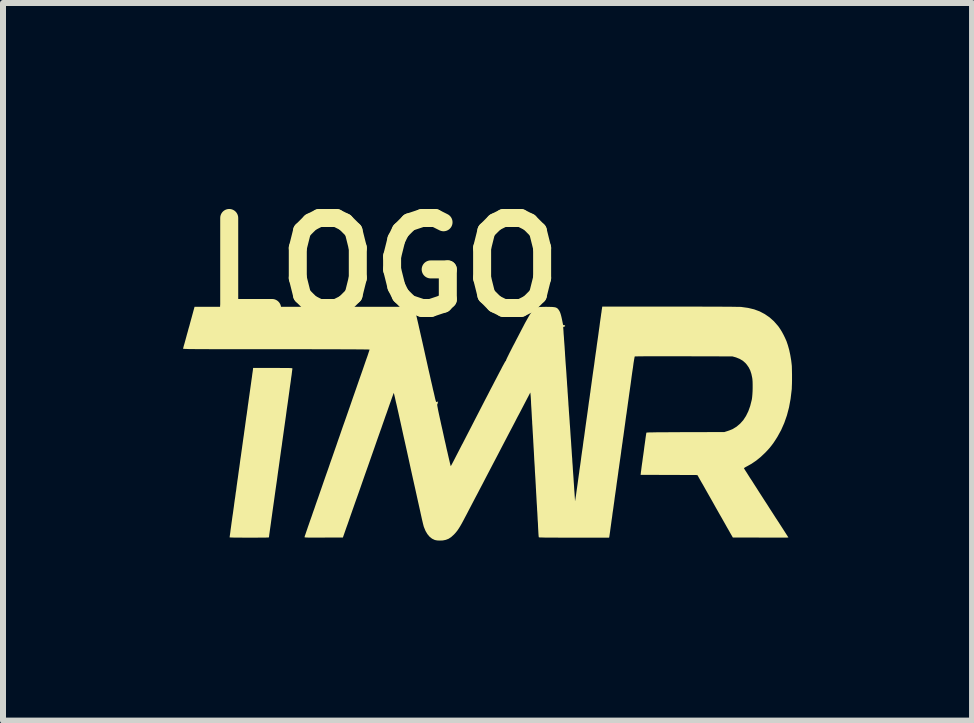
<source format=kicad_pcb>
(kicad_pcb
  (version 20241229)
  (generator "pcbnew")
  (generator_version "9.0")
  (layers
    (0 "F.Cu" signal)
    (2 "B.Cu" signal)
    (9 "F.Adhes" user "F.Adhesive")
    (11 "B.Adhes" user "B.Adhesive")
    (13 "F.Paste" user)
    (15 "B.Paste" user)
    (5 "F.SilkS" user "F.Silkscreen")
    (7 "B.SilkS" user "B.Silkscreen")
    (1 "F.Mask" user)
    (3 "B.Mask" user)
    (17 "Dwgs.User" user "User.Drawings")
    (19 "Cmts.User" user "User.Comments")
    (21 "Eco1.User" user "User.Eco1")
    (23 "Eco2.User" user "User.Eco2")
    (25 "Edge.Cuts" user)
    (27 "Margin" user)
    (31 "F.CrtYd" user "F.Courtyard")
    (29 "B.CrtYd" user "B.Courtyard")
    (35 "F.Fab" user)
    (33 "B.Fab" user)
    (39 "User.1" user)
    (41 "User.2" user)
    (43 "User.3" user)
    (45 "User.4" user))
  (footprint "LOGO"
    (layer "F.Cu")
    (at 3.341 1.404)
    (property "Reference" "LOGO" (at 0 0 0) (layer "F.SilkS") (effects (font (size 1.5 1.5) (thickness 0.3))))
    (attr board_only exclude_from_pos_files exclude_from_bom)
    (fp_poly (pts (xy -1.774 1.677) (xy -1.713 1.678) (xy -1.663 1.678) (xy -1.623 1.678) (xy -1.59 1.678) (xy -1.565 1.679) (xy -1.547 1.68) (xy -1.534 1.681) (xy -1.526 1.682) (xy -1.521 1.684) (xy -1.519 1.686) (xy -1.518 1.688) (xy -1.518 1.688) (xy -1.519 1.696) (xy -1.522 1.716) (xy -1.526 1.747) (xy -1.531 1.79) (xy -1.539 1.843) (xy -1.547 1.906) (xy -1.558 1.98) (xy -1.569 2.063) (xy -1.582 2.156) (xy -1.596 2.258) (xy -1.612 2.368) (xy -1.628 2.488) (xy -1.646 2.615) (xy -1.665 2.75) (xy -1.685 2.892) (xy -1.687 2.905) (xy -1.694 2.961) (xy -1.704 3.027) (xy -1.714 3.099) (xy -1.725 3.177) (xy -1.736 3.257) (xy -1.747 3.336) (xy -1.758 3.412) (xy -1.766 3.471) (xy -1.776 3.546) (xy -1.788 3.629) (xy -1.801 3.719) (xy -1.814 3.812) (xy -1.827 3.906) (xy -1.84 3.997) (xy -1.852 4.082) (xy -1.861 4.148) (xy -1.87 4.212) (xy -1.878 4.272) (xy -1.886 4.328) (xy -1.893 4.377) (xy -1.899 4.42) (xy -1.904 4.455) (xy -1.907 4.481) (xy -1.909 4.497) (xy -1.91 4.501) (xy -1.916 4.502) (xy -1.933 4.503) (xy -1.96 4.504) (xy -1.996 4.504) (xy -2.04 4.505) (xy -2.09 4.505) (xy -2.146 4.506) (xy -2.206 4.506) (xy -2.238 4.506) (xy -2.3 4.506) (xy -2.358 4.505) (xy -2.411 4.505) (xy -2.458 4.504) (xy -2.498 4.504) (xy -2.53 4.503) (xy -2.552 4.502) (xy -2.564 4.501) (xy -2.565 4.501) (xy -2.564 4.494) (xy -2.562 4.477) (xy -2.558 4.45) (xy -2.553 4.414) (xy -2.548 4.372) (xy -2.541 4.323) (xy -2.534 4.27) (xy -2.526 4.214) (xy -2.518 4.155) (xy -2.509 4.096) (xy -2.501 4.037) (xy -2.493 3.98) (xy -2.486 3.925) (xy -2.479 3.875) (xy -2.472 3.83) (xy -2.467 3.791) (xy -2.463 3.761) (xy -2.46 3.74) (xy -2.458 3.731) (xy -2.456 3.717) (xy -2.453 3.694) (xy -2.45 3.668) (xy -2.449 3.661) (xy -2.446 3.637) (xy -2.441 3.604) (xy -2.436 3.565) (xy -2.43 3.526) (xy -2.427 3.505) (xy -2.422 3.468) (xy -2.416 3.423) (xy -2.409 3.372) (xy -2.401 3.318) (xy -2.394 3.266) (xy -2.391 3.242) (xy -2.384 3.191) (xy -2.376 3.138) (xy -2.369 3.086) (xy -2.362 3.037) (xy -2.356 2.995) (xy -2.354 2.978) (xy -2.349 2.944) (xy -2.343 2.9) (xy -2.336 2.85) (xy -2.328 2.796) (xy -2.321 2.742) (xy -2.314 2.694) (xy -2.307 2.643) (xy -2.3 2.592) (xy -2.293 2.542) (xy -2.287 2.497) (xy -2.281 2.459) (xy -2.277 2.431) (xy -2.277 2.43) (xy -2.273 2.4) (xy -2.267 2.36) (xy -2.261 2.311) (xy -2.253 2.257) (xy -2.245 2.197) (xy -2.236 2.134) (xy -2.227 2.07) (xy -2.218 2.006) (xy -2.209 1.943) (xy -2.201 1.884) (xy -2.193 1.83) (xy -2.187 1.782) (xy -2.181 1.742) (xy -2.177 1.713) (xy -2.176 1.703) (xy -2.173 1.677) (xy -1.845 1.677)) (stroke (width 0) (type solid)) (fill yes) (layer "F.SilkS"))
    (fp_poly (pts (xy 4.772 0.655) (xy 4.934 0.655) (xy 5.085 0.655) (xy 5.224 0.655) (xy 5.352 0.656) (xy 5.467 0.656) (xy 5.571 0.656) (xy 5.664 0.657) (xy 5.744 0.657) (xy 5.812 0.658) (xy 5.869 0.659) (xy 5.913 0.66) (xy 5.945 0.66) (xy 5.965 0.661) (xy 5.969 0.662) (xy 6.076 0.677) (xy 6.176 0.701) (xy 6.268 0.735) (xy 6.353 0.78) (xy 6.432 0.834) (xy 6.504 0.898) (xy 6.57 0.973) (xy 6.585 0.992) (xy 6.61 1.029) (xy 6.638 1.074) (xy 6.665 1.124) (xy 6.69 1.175) (xy 6.711 1.222) (xy 6.715 1.231) (xy 6.738 1.299) (xy 6.76 1.377) (xy 6.778 1.461) (xy 6.793 1.549) (xy 6.801 1.616) (xy 6.804 1.646) (xy 6.805 1.686) (xy 6.806 1.732) (xy 6.807 1.784) (xy 6.807 1.838) (xy 6.807 1.892) (xy 6.806 1.943) (xy 6.804 1.989) (xy 6.803 2.028) (xy 6.801 2.045) (xy 6.783 2.194) (xy 6.757 2.335) (xy 6.722 2.468) (xy 6.678 2.594) (xy 6.626 2.712) (xy 6.564 2.825) (xy 6.529 2.88) (xy 6.496 2.93) (xy 6.465 2.971) (xy 6.434 3.01) (xy 6.4 3.048) (xy 6.361 3.089) (xy 6.36 3.09) (xy 6.285 3.161) (xy 6.211 3.221) (xy 6.133 3.274) (xy 6.06 3.315) (xy 6.037 3.327) (xy 6.019 3.338) (xy 6.008 3.346) (xy 6.006 3.348) (xy 6.009 3.354) (xy 6.018 3.369) (xy 6.033 3.393) (xy 6.054 3.425) (xy 6.079 3.465) (xy 6.108 3.511) (xy 6.142 3.562) (xy 6.178 3.619) (xy 6.218 3.681) (xy 6.259 3.746) (xy 6.303 3.814) (xy 6.348 3.884) (xy 6.395 3.956) (xy 6.441 4.029) (xy 6.488 4.101) (xy 6.534 4.173) (xy 6.58 4.243) (xy 6.624 4.311) (xy 6.666 4.376) (xy 6.705 4.437) (xy 6.721 4.462) (xy 6.734 4.482) (xy 6.743 4.496) (xy 6.746 4.503) (xy 6.746 4.503) (xy 6.74 4.503) (xy 6.723 4.504) (xy 6.696 4.504) (xy 6.659 4.504) (xy 6.613 4.505) (xy 6.56 4.505) (xy 6.5 4.505) (xy 6.435 4.505) (xy 6.365 4.505) (xy 6.291 4.504) (xy 6.283 4.504) (xy 5.821 4.503) (xy 5.773 4.42) (xy 5.762 4.4) (xy 5.745 4.37) (xy 5.723 4.332) (xy 5.698 4.287) (xy 5.669 4.236) (xy 5.638 4.181) (xy 5.604 4.122) (xy 5.57 4.062) (xy 5.537 4.004) (xy 5.502 3.941) (xy 5.467 3.879) (xy 5.433 3.819) (xy 5.4 3.761) (xy 5.37 3.708) (xy 5.343 3.66) (xy 5.32 3.619) (xy 5.301 3.587) (xy 5.289 3.566) (xy 5.23 3.462) (xy 4.757 3.46) (xy 4.284 3.459) (xy 4.288 3.427) (xy 4.289 3.412) (xy 4.293 3.387) (xy 4.297 3.354) (xy 4.302 3.315) (xy 4.308 3.272) (xy 4.313 3.239) (xy 4.32 3.184) (xy 4.329 3.122) (xy 4.338 3.058) (xy 4.346 2.994) (xy 4.354 2.937) (xy 4.356 2.923) (xy 4.362 2.88) (xy 4.367 2.841) (xy 4.372 2.807) (xy 4.376 2.781) (xy 4.379 2.763) (xy 4.38 2.757) (xy 4.383 2.755) (xy 4.392 2.754) (xy 4.406 2.753) (xy 4.427 2.752) (xy 4.455 2.751) (xy 4.49 2.751) (xy 4.534 2.75) (xy 4.587 2.749) (xy 4.648 2.749) (xy 4.72 2.749) (xy 4.802 2.748) (xy 4.895 2.748) (xy 5 2.747) (xy 5.03 2.747) (xy 5.678 2.746) (xy 5.732 2.729) (xy 5.761 2.719) (xy 5.789 2.708) (xy 5.813 2.698) (xy 5.818 2.696) (xy 5.883 2.656) (xy 5.942 2.606) (xy 5.995 2.547) (xy 6.04 2.478) (xy 6.079 2.399) (xy 6.11 2.312) (xy 6.134 2.217) (xy 6.138 2.199) (xy 6.143 2.161) (xy 6.147 2.114) (xy 6.15 2.062) (xy 6.151 2.008) (xy 6.151 1.955) (xy 6.15 1.907) (xy 6.147 1.865) (xy 6.144 1.843) (xy 6.13 1.777) (xy 6.111 1.719) (xy 6.086 1.669) (xy 6.054 1.623) (xy 6.032 1.597) (xy 5.988 1.558) (xy 5.936 1.527) (xy 5.877 1.503) (xy 5.861 1.498) (xy 5.813 1.485) (xy 5.002 1.483) (xy 4.903 1.483) (xy 4.808 1.483) (xy 4.717 1.483) (xy 4.631 1.483) (xy 4.55 1.483) (xy 4.475 1.483) (xy 4.407 1.483) (xy 4.347 1.483) (xy 4.296 1.484) (xy 4.253 1.484) (xy 4.221 1.485) (xy 4.198 1.485) (xy 4.188 1.486) (xy 4.187 1.486) (xy 4.184 1.493) (xy 4.181 1.511) (xy 4.176 1.536) (xy 4.171 1.568) (xy 4.166 1.598) (xy 4.157 1.667) (xy 4.145 1.746) (xy 4.133 1.832) (xy 4.121 1.923) (xy 4.108 2.015) (xy 4.095 2.106) (xy 4.083 2.193) (xy 4.077 2.235) (xy 4.07 2.285) (xy 4.063 2.337) (xy 4.056 2.386) (xy 4.05 2.431) (xy 4.044 2.469) (xy 4.04 2.498) (xy 4.04 2.498) (xy 4.036 2.526) (xy 4.031 2.564) (xy 4.025 2.609) (xy 4.018 2.658) (xy 4.011 2.71) (xy 4.004 2.761) (xy 4.004 2.761) (xy 3.997 2.812) (xy 3.989 2.863) (xy 3.983 2.913) (xy 3.976 2.958) (xy 3.971 2.996) (xy 3.967 3.024) (xy 3.967 3.024) (xy 3.963 3.048) (xy 3.959 3.083) (xy 3.953 3.126) (xy 3.946 3.176) (xy 3.938 3.231) (xy 3.93 3.288) (xy 3.922 3.347) (xy 3.918 3.37) (xy 3.909 3.439) (xy 3.898 3.517) (xy 3.886 3.6) (xy 3.875 3.685) (xy 3.863 3.767) (xy 3.852 3.844) (xy 3.845 3.9) (xy 3.836 3.963) (xy 3.827 4.029) (xy 3.817 4.095) (xy 3.809 4.159) (xy 3.8 4.219) (xy 3.793 4.272) (xy 3.787 4.315) (xy 3.786 4.322) (xy 3.78 4.365) (xy 3.775 4.405) (xy 3.77 4.439) (xy 3.766 4.466) (xy 3.763 4.485) (xy 3.762 4.492) (xy 3.759 4.506) (xy 3.174 4.506) (xy 3.072 4.506) (xy 2.983 4.506) (xy 2.904 4.505) (xy 2.835 4.505) (xy 2.777 4.505) (xy 2.727 4.504) (xy 2.686 4.504) (xy 2.653 4.503) (xy 2.628 4.502) (xy 2.609 4.502) (xy 2.596 4.501) (xy 2.589 4.499) (xy 2.587 4.498) (xy 2.586 4.49) (xy 2.584 4.471) (xy 2.582 4.445) (xy 2.58 4.411) (xy 2.578 4.373) (xy 2.577 4.359) (xy 2.575 4.318) (xy 2.573 4.267) (xy 2.569 4.211) (xy 2.566 4.151) (xy 2.563 4.092) (xy 2.559 4.035) (xy 2.559 4.028) (xy 2.556 3.973) (xy 2.552 3.914) (xy 2.549 3.856) (xy 2.546 3.801) (xy 2.543 3.752) (xy 2.541 3.712) (xy 2.541 3.707) (xy 2.539 3.676) (xy 2.537 3.634) (xy 2.534 3.584) (xy 2.531 3.527) (xy 2.527 3.465) (xy 2.523 3.4) (xy 2.52 3.334) (xy 2.516 3.272) (xy 2.512 3.209) (xy 2.509 3.148) (xy 2.506 3.089) (xy 2.503 3.036) (xy 2.5 2.988) (xy 2.498 2.948) (xy 2.496 2.917) (xy 2.495 2.897) (xy 2.495 2.896) (xy 2.494 2.875) (xy 2.492 2.844) (xy 2.49 2.805) (xy 2.487 2.758) (xy 2.484 2.706) (xy 2.481 2.651) (xy 2.477 2.593) (xy 2.477 2.577) (xy 2.473 2.519) (xy 2.47 2.461) (xy 2.467 2.405) (xy 2.464 2.354) (xy 2.461 2.309) (xy 2.459 2.272) (xy 2.458 2.245) (xy 2.458 2.241) (xy 2.456 2.206) (xy 2.454 2.173) (xy 2.452 2.144) (xy 2.45 2.124) (xy 2.45 2.123) (xy 2.446 2.087) (xy 2.266 2.432) (xy 2.229 2.501) (xy 2.189 2.579) (xy 2.145 2.663) (xy 2.098 2.752) (xy 2.051 2.842) (xy 2.004 2.932) (xy 1.958 3.02) (xy 1.915 3.103) (xy 1.881 3.168) (xy 1.817 3.29) (xy 1.758 3.403) (xy 1.704 3.506) (xy 1.655 3.601) (xy 1.609 3.688) (xy 1.567 3.769) (xy 1.527 3.844) (xy 1.49 3.915) (xy 1.455 3.982) (xy 1.422 4.045) (xy 1.39 4.107) (xy 1.358 4.167) (xy 1.335 4.211) (xy 1.305 4.267) (xy 1.278 4.314) (xy 1.253 4.354) (xy 1.23 4.388) (xy 1.206 4.418) (xy 1.181 4.446) (xy 1.17 4.457) (xy 1.127 4.496) (xy 1.084 4.524) (xy 1.038 4.542) (xy 0.988 4.552) (xy 0.94 4.554) (xy 0.894 4.552) (xy 0.858 4.545) (xy 0.854 4.544) (xy 0.808 4.522) (xy 0.767 4.489) (xy 0.731 4.446) (xy 0.7 4.394) (xy 0.675 4.333) (xy 0.668 4.313) (xy 0.664 4.296) (xy 0.657 4.27) (xy 0.649 4.235) (xy 0.639 4.193) (xy 0.629 4.147) (xy 0.618 4.098) (xy 0.613 4.074) (xy 0.569 3.877) (xy 0.528 3.691) (xy 0.489 3.517) (xy 0.453 3.354) (xy 0.42 3.202) (xy 0.389 3.061) (xy 0.36 2.931) (xy 0.333 2.811) (xy 0.309 2.701) (xy 0.287 2.601) (xy 0.267 2.511) (xy 0.249 2.43) (xy 0.233 2.359) (xy 0.219 2.297) (xy 0.206 2.243) (xy 0.196 2.198) (xy 0.188 2.161) (xy 0.181 2.133) (xy 0.176 2.112) (xy 0.173 2.099) (xy 0.172 2.094) (xy 0.171 2.094) (xy 0.169 2.099) (xy 0.162 2.115) (xy 0.154 2.138) (xy 0.143 2.168) (xy 0.131 2.202) (xy 0.13 2.205) (xy 0.121 2.231) (xy 0.108 2.267) (xy 0.092 2.312) (xy 0.074 2.364) (xy 0.054 2.422) (xy 0.031 2.485) (xy 0.008 2.552) (xy -0.016 2.62) (xy -0.04 2.69) (xy -0.044 2.7) (xy -0.102 2.864) (xy -0.157 3.022) (xy -0.21 3.173) (xy -0.26 3.316) (xy -0.308 3.451) (xy -0.352 3.577) (xy -0.393 3.695) (xy -0.431 3.803) (xy -0.466 3.901) (xy -0.497 3.989) (xy -0.524 4.066) (xy -0.542 4.117) (xy -0.559 4.166) (xy -0.578 4.221) (xy -0.598 4.279) (xy -0.618 4.334) (xy -0.632 4.374) (xy -0.677 4.503) (xy -0.997 4.504) (xy -1.07 4.505) (xy -1.132 4.505) (xy -1.183 4.505) (xy -1.225 4.504) (xy -1.258 4.504) (xy -1.282 4.503) (xy -1.299 4.502) (xy -1.31 4.501) (xy -1.315 4.499) (xy -1.316 4.498) (xy -1.316 4.496) (xy -1.316 4.493) (xy -1.314 4.488) (xy -1.312 4.48) (xy -1.309 4.469) (xy -1.303 4.454) (xy -1.296 4.433) (xy -1.287 4.406) (xy -1.275 4.372) (xy -1.261 4.33) (xy -1.243 4.279) (xy -1.222 4.218) (xy -1.197 4.148) (xy -1.176 4.086) (xy -1.153 4.022) (xy -1.131 3.957) (xy -1.109 3.894) (xy -1.088 3.835) (xy -1.07 3.783) (xy -1.055 3.739) (xy -1.052 3.731) (xy -1.036 3.685) (xy -1.017 3.63) (xy -0.996 3.569) (xy -0.974 3.506) (xy -0.952 3.443) (xy -0.931 3.384) (xy -0.924 3.364) (xy -0.906 3.312) (xy -0.885 3.25) (xy -0.861 3.183) (xy -0.836 3.111) (xy -0.811 3.039) (xy -0.786 2.968) (xy -0.763 2.9) (xy -0.756 2.88) (xy -0.732 2.812) (xy -0.706 2.736) (xy -0.678 2.655) (xy -0.649 2.574) (xy -0.621 2.494) (xy -0.595 2.419) (xy -0.572 2.353) (xy -0.569 2.345) (xy -0.516 2.191) (xy -0.461 2.034) (xy -0.406 1.875) (xy -0.351 1.719) (xy -0.3 1.57) (xy -0.282 1.519) (xy -0.268 1.48) (xy -0.256 1.444) (xy -0.246 1.413) (xy -0.238 1.39) (xy -0.234 1.375) (xy -0.233 1.371) (xy -0.239 1.37) (xy -0.257 1.37) (xy -0.286 1.369) (xy -0.327 1.369) (xy -0.378 1.368) (xy -0.44 1.368) (xy -0.513 1.367) (xy -0.594 1.367) (xy -0.686 1.367) (xy -0.786 1.366) (xy -0.896 1.366) (xy -1.013 1.366) (xy -1.139 1.366) (xy -1.272 1.365) (xy -1.413 1.365) (xy -1.56 1.365) (xy -1.714 1.365) (xy -1.788 1.365) (xy -1.951 1.365) (xy -2.103 1.365) (xy -2.243 1.365) (xy -2.372 1.365) (xy -2.49 1.365) (xy -2.599 1.365) (xy -2.698 1.365) (xy -2.788 1.365) (xy -2.869 1.365) (xy -2.942 1.364) (xy -3.007 1.364) (xy -3.064 1.364) (xy -3.115 1.364) (xy -3.159 1.363) (xy -3.197 1.363) (xy -3.229 1.363) (xy -3.257 1.362) (xy -3.279 1.361) (xy -3.297 1.361) (xy -3.311 1.36) (xy -3.322 1.359) (xy -3.33 1.359) (xy -3.335 1.358) (xy -3.339 1.357) (xy -3.34 1.356) (xy -3.341 1.355) (xy -3.34 1.354) (xy -3.328 1.307) (xy -3.315 1.263) (xy -3.303 1.219) (xy -3.29 1.172) (xy -3.276 1.12) (xy -3.259 1.06) (xy -3.251 1.028) (xy -3.236 0.978) (xy -3.222 0.925) (xy -3.208 0.874) (xy -3.195 0.827) (xy -3.184 0.786) (xy -3.175 0.754) (xy -3.175 0.753) (xy -3.149 0.658) (xy -1.371 0.658) (xy 0.407 0.658) (xy 0.436 0.671) (xy 0.473 0.695) (xy 0.506 0.729) (xy 0.532 0.771) (xy 0.55 0.819) (xy 0.551 0.823) (xy 0.556 0.845) (xy 0.563 0.876) (xy 0.572 0.914) (xy 0.582 0.957) (xy 0.592 1.003) (xy 0.603 1.05) (xy 0.613 1.095) (xy 0.618 1.117) (xy 0.648 1.249) (xy 0.676 1.374) (xy 0.702 1.492) (xy 0.727 1.603) (xy 0.75 1.707) (xy 0.772 1.802) (xy 0.791 1.888) (xy 0.809 1.965) (xy 0.824 2.033) (xy 0.838 2.09) (xy 0.849 2.138) (xy 0.857 2.174) (xy 0.863 2.199) (xy 0.865 2.206) (xy 0.871 2.228) (xy 0.876 2.241) (xy 0.881 2.245) (xy 0.887 2.244) (xy 0.893 2.241) (xy 0.903 2.239) (xy 0.91 2.241) (xy 0.909 2.247) (xy 0.906 2.25) (xy 0.902 2.258) (xy 0.903 2.263) (xy 0.901 2.274) (xy 0.897 2.28) (xy 0.895 2.282) (xy 0.895 2.287) (xy 0.895 2.295) (xy 0.896 2.306) (xy 0.899 2.323) (xy 0.903 2.344) (xy 0.908 2.372) (xy 0.915 2.406) (xy 0.924 2.448) (xy 0.935 2.499) (xy 0.948 2.558) (xy 0.963 2.627) (xy 0.981 2.706) (xy 1.001 2.797) (xy 1.002 2.802) (xy 1.019 2.88) (xy 1.036 2.953) (xy 1.051 3.023) (xy 1.066 3.086) (xy 1.079 3.144) (xy 1.091 3.195) (xy 1.101 3.238) (xy 1.109 3.272) (xy 1.115 3.296) (xy 1.119 3.31) (xy 1.121 3.314) (xy 1.123 3.31) (xy 1.127 3.303) (xy 1.134 3.291) (xy 1.143 3.274) (xy 1.155 3.251) (xy 1.171 3.221) (xy 1.19 3.184) (xy 1.213 3.139) (xy 1.241 3.085) (xy 1.274 3.021) (xy 1.312 2.947) (xy 1.314 2.945) (xy 1.39 2.797) (xy 1.461 2.66) (xy 1.526 2.533) (xy 1.587 2.415) (xy 1.642 2.308) (xy 1.693 2.209) (xy 1.74 2.119) (xy 1.782 2.037) (xy 1.821 1.963) (xy 1.855 1.897) (xy 1.886 1.838) (xy 1.913 1.786) (xy 1.937 1.74) (xy 1.958 1.701) (xy 1.975 1.667) (xy 1.99 1.639) (xy 2.003 1.616) (xy 2.013 1.597) (xy 2.021 1.583) (xy 2.027 1.573) (xy 2.031 1.566) (xy 2.034 1.563) (xy 2.035 1.562) (xy 2.041 1.556) (xy 2.041 1.552) (xy 2.043 1.545) (xy 2.05 1.529) (xy 2.062 1.503) (xy 2.078 1.471) (xy 2.097 1.432) (xy 2.119 1.389) (xy 2.143 1.342) (xy 2.155 1.318) (xy 2.184 1.264) (xy 2.213 1.207) (xy 2.243 1.15) (xy 2.271 1.096) (xy 2.297 1.046) (xy 2.32 1.002) (xy 2.338 0.968) (xy 2.338 0.967) (xy 2.359 0.927) (xy 2.381 0.888) (xy 2.402 0.851) (xy 2.42 0.819) (xy 2.435 0.794) (xy 2.438 0.789) (xy 2.467 0.749) (xy 2.498 0.715) (xy 2.527 0.688) (xy 2.555 0.671) (xy 2.567 0.666) (xy 2.584 0.664) (xy 2.612 0.661) (xy 2.65 0.66) (xy 2.698 0.659) (xy 2.718 0.659) (xy 2.769 0.66) (xy 2.809 0.661) (xy 2.84 0.664) (xy 2.864 0.668) (xy 2.882 0.675) (xy 2.897 0.684) (xy 2.909 0.697) (xy 2.916 0.705) (xy 2.925 0.719) (xy 2.934 0.734) (xy 2.942 0.751) (xy 2.949 0.771) (xy 2.957 0.797) (xy 2.965 0.829) (xy 2.974 0.87) (xy 2.984 0.92) (xy 2.991 0.954) (xy 2.996 0.964) (xy 3.005 0.964) (xy 3.018 0.966) (xy 3.024 0.97) (xy 3.027 0.978) (xy 3.021 0.984) (xy 3.017 0.987) (xy 3.005 0.992) (xy 2.998 0.993) (xy 2.997 0.992) (xy 2.996 0.992) (xy 2.995 0.993) (xy 2.994 0.997) (xy 2.995 1.005) (xy 2.995 1.019) (xy 2.997 1.039) (xy 2.999 1.068) (xy 3.001 1.105) (xy 3.005 1.154) (xy 3.006 1.166) (xy 3.009 1.217) (xy 3.013 1.27) (xy 3.017 1.322) (xy 3.02 1.371) (xy 3.023 1.412) (xy 3.024 1.433) (xy 3.026 1.467) (xy 3.029 1.511) (xy 3.032 1.56) (xy 3.036 1.614) (xy 3.04 1.667) (xy 3.043 1.708) (xy 3.047 1.764) (xy 3.051 1.828) (xy 3.056 1.896) (xy 3.06 1.964) (xy 3.065 2.028) (xy 3.067 2.069) (xy 3.071 2.124) (xy 3.075 2.182) (xy 3.079 2.24) (xy 3.082 2.295) (xy 3.086 2.344) (xy 3.088 2.381) (xy 3.091 2.424) (xy 3.094 2.465) (xy 3.097 2.504) (xy 3.099 2.536) (xy 3.101 2.559) (xy 3.101 2.559) (xy 3.102 2.579) (xy 3.104 2.609) (xy 3.107 2.647) (xy 3.11 2.69) (xy 3.113 2.737) (xy 3.116 2.785) (xy 3.116 2.785) (xy 3.12 2.842) (xy 3.125 2.907) (xy 3.129 2.976) (xy 3.134 3.044) (xy 3.138 3.107) (xy 3.14 3.141) (xy 3.144 3.188) (xy 3.147 3.245) (xy 3.152 3.309) (xy 3.156 3.377) (xy 3.161 3.447) (xy 3.166 3.517) (xy 3.17 3.583) (xy 3.171 3.594) (xy 3.175 3.651) (xy 3.178 3.704) (xy 3.182 3.753) (xy 3.185 3.796) (xy 3.187 3.832) (xy 3.189 3.859) (xy 3.19 3.876) (xy 3.19 3.881) (xy 3.19 3.887) (xy 3.191 3.892) (xy 3.191 3.893) (xy 3.192 3.892) (xy 3.194 3.886) (xy 3.195 3.875) (xy 3.198 3.859) (xy 3.201 3.837) (xy 3.206 3.808) (xy 3.211 3.771) (xy 3.217 3.726) (xy 3.225 3.672) (xy 3.234 3.608) (xy 3.244 3.534) (xy 3.256 3.448) (xy 3.26 3.422) (xy 3.264 3.387) (xy 3.271 3.34) (xy 3.279 3.285) (xy 3.288 3.22) (xy 3.297 3.149) (xy 3.308 3.071) (xy 3.32 2.99) (xy 3.331 2.904) (xy 3.344 2.817) (xy 3.356 2.728) (xy 3.368 2.64) (xy 3.38 2.554) (xy 3.392 2.47) (xy 3.403 2.391) (xy 3.413 2.317) (xy 3.422 2.249) (xy 3.431 2.19) (xy 3.438 2.139) (xy 3.443 2.099) (xy 3.444 2.097) (xy 3.448 2.068) (xy 3.453 2.028) (xy 3.46 1.978) (xy 3.468 1.92) (xy 3.477 1.854) (xy 3.487 1.782) (xy 3.498 1.705) (xy 3.51 1.623) (xy 3.521 1.539) (xy 3.533 1.453) (xy 3.545 1.371) (xy 3.556 1.287) (xy 3.568 1.205) (xy 3.579 1.127) (xy 3.589 1.052) (xy 3.599 0.983) (xy 3.607 0.919) (xy 3.615 0.863) (xy 3.622 0.815) (xy 3.627 0.776) (xy 3.632 0.747) (xy 3.634 0.728) (xy 3.634 0.727) (xy 3.645 0.655)) (stroke (width 0) (type solid)) (fill yes) (layer "F.SilkS")))
  (gr_rect
    (start -3 -3)
    (end 13.148 8.958)
    (stroke (width 0.1) (type default))
    (fill no)
    (layer "Edge.Cuts")))
</source>
